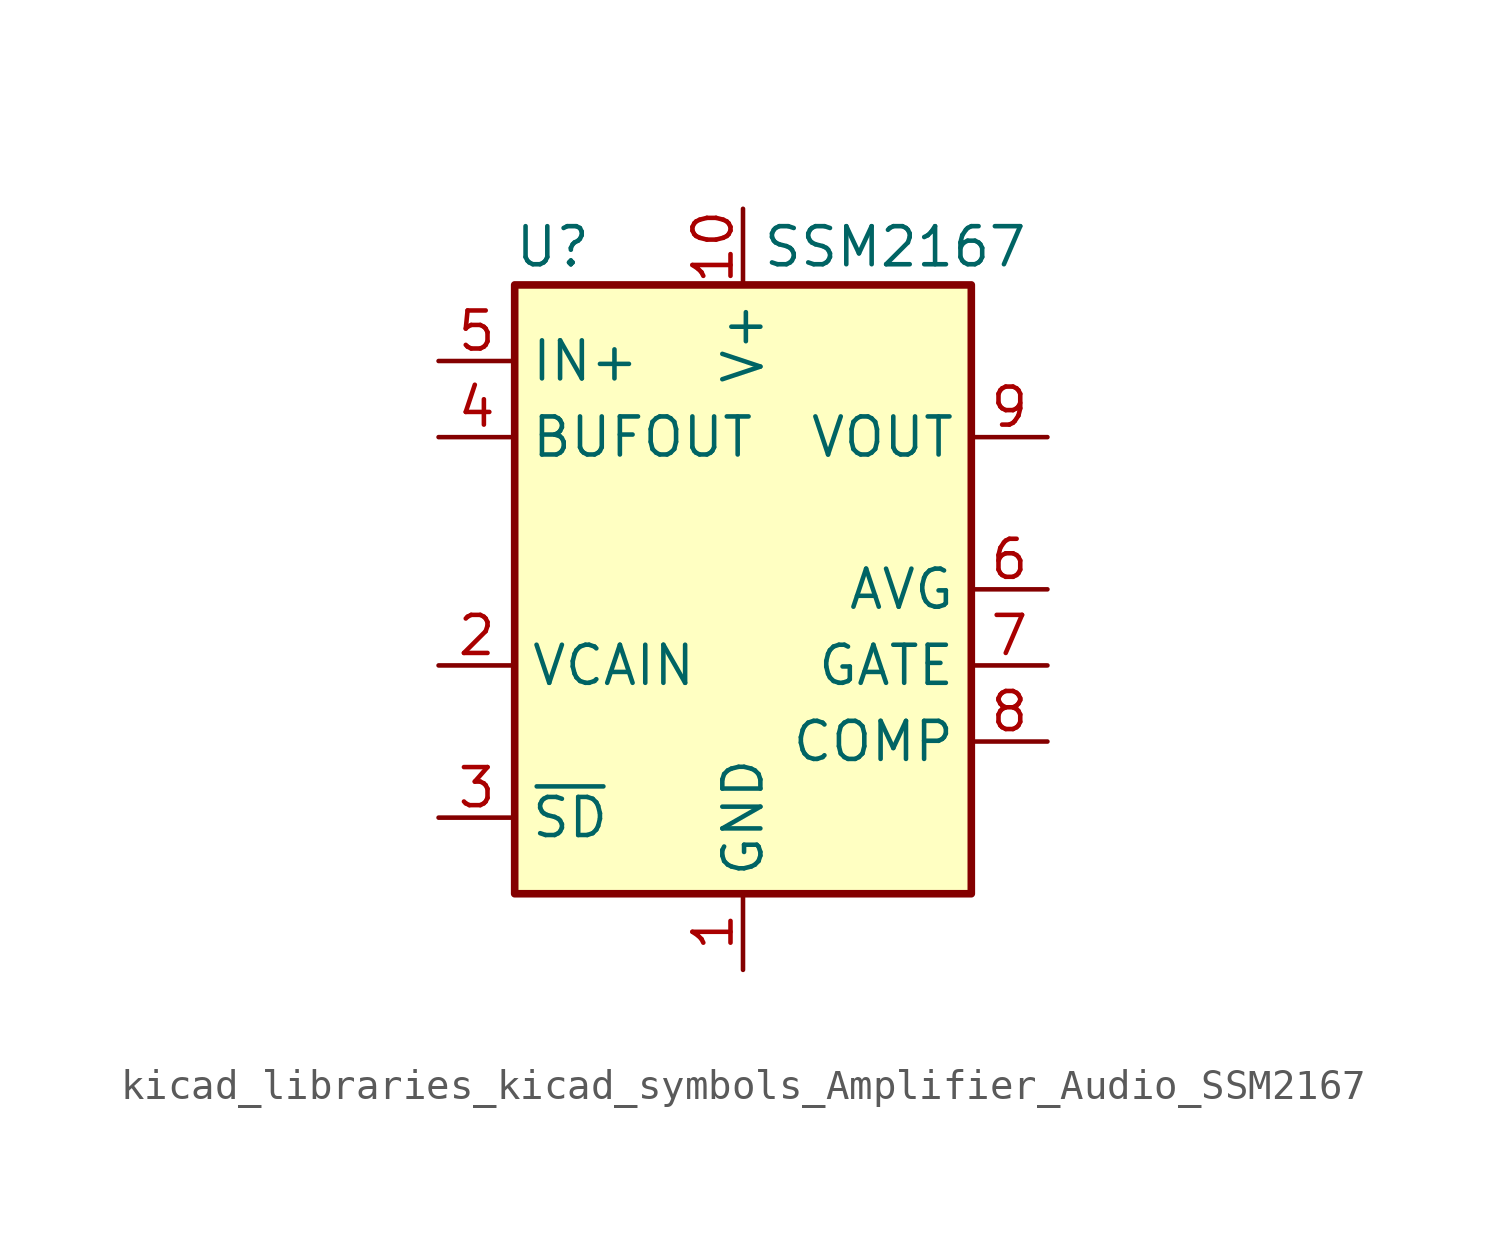
<source format=kicad_sym>
(kicad_symbol_lib
  (version 20220914)
  (generator kicad_symbol_editor)
  (symbol "kicad_libraries_kicad_symbols_Amplifier_Audio_SSM2167"
    (property "Reference" "U"
      (at -6.35 11.43 0)
      (effects (font (size 1.27 1.27))))
    (property "Value" "SSM2167"
      (at 5.08 11.43 0)
      (effects (font (size 1.27 1.27))))
    (symbol "kicad_libraries_kicad_symbols_Amplifier_Audio_SSM2167_0_1"
      (rectangle (start -7.62 10.16) (end 7.62 -10.16) (stroke (width 0.254) (type default)) (fill (type background))))
    (symbol "kicad_libraries_kicad_symbols_Amplifier_Audio_SSM2167_1_1"
      (pin power_in line (at 0 -12.7 90) (length 2.54) (name "GND" (effects (font (size 1.27 1.27)))) (number "1" (effects (font (size 1.27 1.27)))))
      (pin power_in line (at 0 12.7 270) (length 2.54) (name "V+" (effects (font (size 1.27 1.27)))) (number "10" (effects (font (size 1.27 1.27)))))
      (pin input line (at -10.16 -2.54 0) (length 2.54) (name "VCAIN" (effects (font (size 1.27 1.27)))) (number "2" (effects (font (size 1.27 1.27)))))
      (pin input line (at -10.16 -7.62 0) (length 2.54) (name "~{SD}" (effects (font (size 1.27 1.27)))) (number "3" (effects (font (size 1.27 1.27)))))
      (pin output line (at -10.16 5.08 0) (length 2.54) (name "BUFOUT" (effects (font (size 1.27 1.27)))) (number "4" (effects (font (size 1.27 1.27)))))
      (pin input line (at -10.16 7.62 0) (length 2.54) (name "IN+" (effects (font (size 1.27 1.27)))) (number "5" (effects (font (size 1.27 1.27)))))
      (pin passive line (at 10.16 0 180) (length 2.54) (name "AVG" (effects (font (size 1.27 1.27)))) (number "6" (effects (font (size 1.27 1.27)))))
      (pin passive line (at 10.16 -2.54 180) (length 2.54) (name "GATE" (effects (font (size 1.27 1.27)))) (number "7" (effects (font (size 1.27 1.27)))))
      (pin passive line (at 10.16 -5.08 180) (length 2.54) (name "COMP" (effects (font (size 1.27 1.27)))) (number "8" (effects (font (size 1.27 1.27)))))
      (pin output line (at 10.16 5.08 180) (length 2.54) (name "VOUT" (effects (font (size 1.27 1.27)))) (number "9" (effects (font (size 1.27 1.27))))))))
</source>
